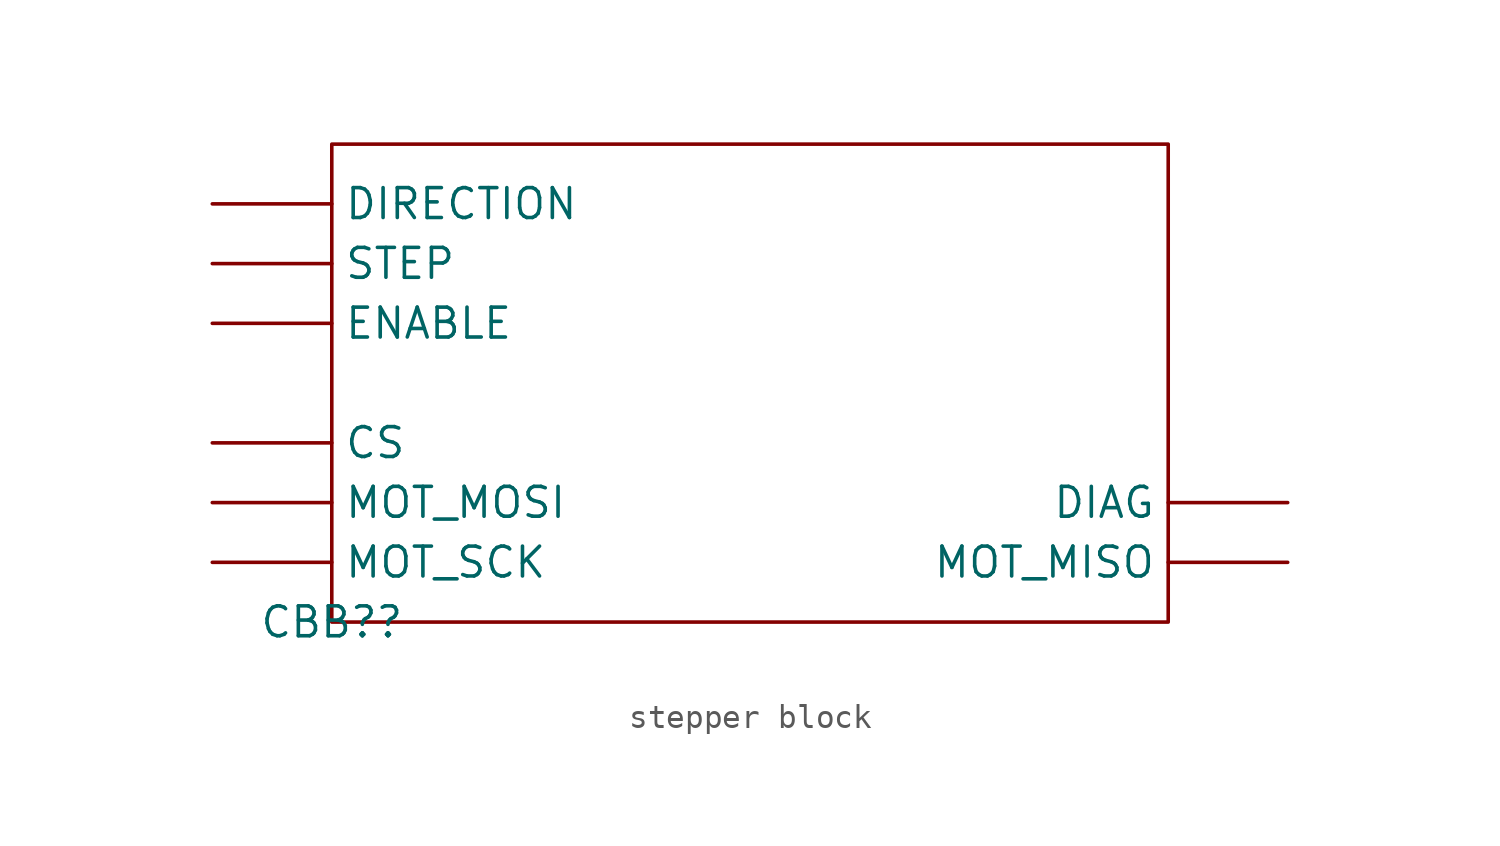
<source format=kicad_sym>
(kicad_symbol_lib
  (version 20231120)
  (generator "kicad_symbol_editor")
  (generator_version "8.0")
  (symbol "stepper block"
    (property "Reference" "CBB?"
      (at 0 0 0)
      (effects (font (size 1.27 1.27))))
    (property "Value" ""
      (at 0 0 0)
      (effects (font (size 1.27 1.27))))
    (symbol "stepper block_1_0"
      (rectangle (start 0 20.32) (end 35.56 0) (stroke (width 0) (type default)) (fill (type none)))
      (pin input line (at -5.08 7.62 0) (length 5.08) (name "CS" (effects (font (size 1.27 1.27)))) (number "" (effects (font (size 1.27 1.27)))))
      (pin output line (at 40.64 5.08 180) (length 5.08) (name "DIAG" (effects (font (size 1.27 1.27)))) (number "" (effects (font (size 1.27 1.27)))))
      (pin input line (at -5.08 17.78 0) (length 5.08) (name "DIRECTION" (effects (font (size 1.27 1.27)))) (number "" (effects (font (size 1.27 1.27)))))
      (pin input line (at -5.08 12.7 0) (length 5.08) (name "ENABLE" (effects (font (size 1.27 1.27)))) (number "" (effects (font (size 1.27 1.27)))))
      (pin output line (at 40.64 2.54 180) (length 5.08) (name "MOT_MISO" (effects (font (size 1.27 1.27)))) (number "" (effects (font (size 1.27 1.27)))))
      (pin input line (at -5.08 5.08 0) (length 5.08) (name "MOT_MOSI" (effects (font (size 1.27 1.27)))) (number "" (effects (font (size 1.27 1.27)))))
      (pin input line (at -5.08 2.54 0) (length 5.08) (name "MOT_SCK" (effects (font (size 1.27 1.27)))) (number "" (effects (font (size 1.27 1.27)))))
      (pin input line (at -5.08 15.24 0) (length 5.08) (name "STEP" (effects (font (size 1.27 1.27)))) (number "" (effects (font (size 1.27 1.27))))))))
</source>
